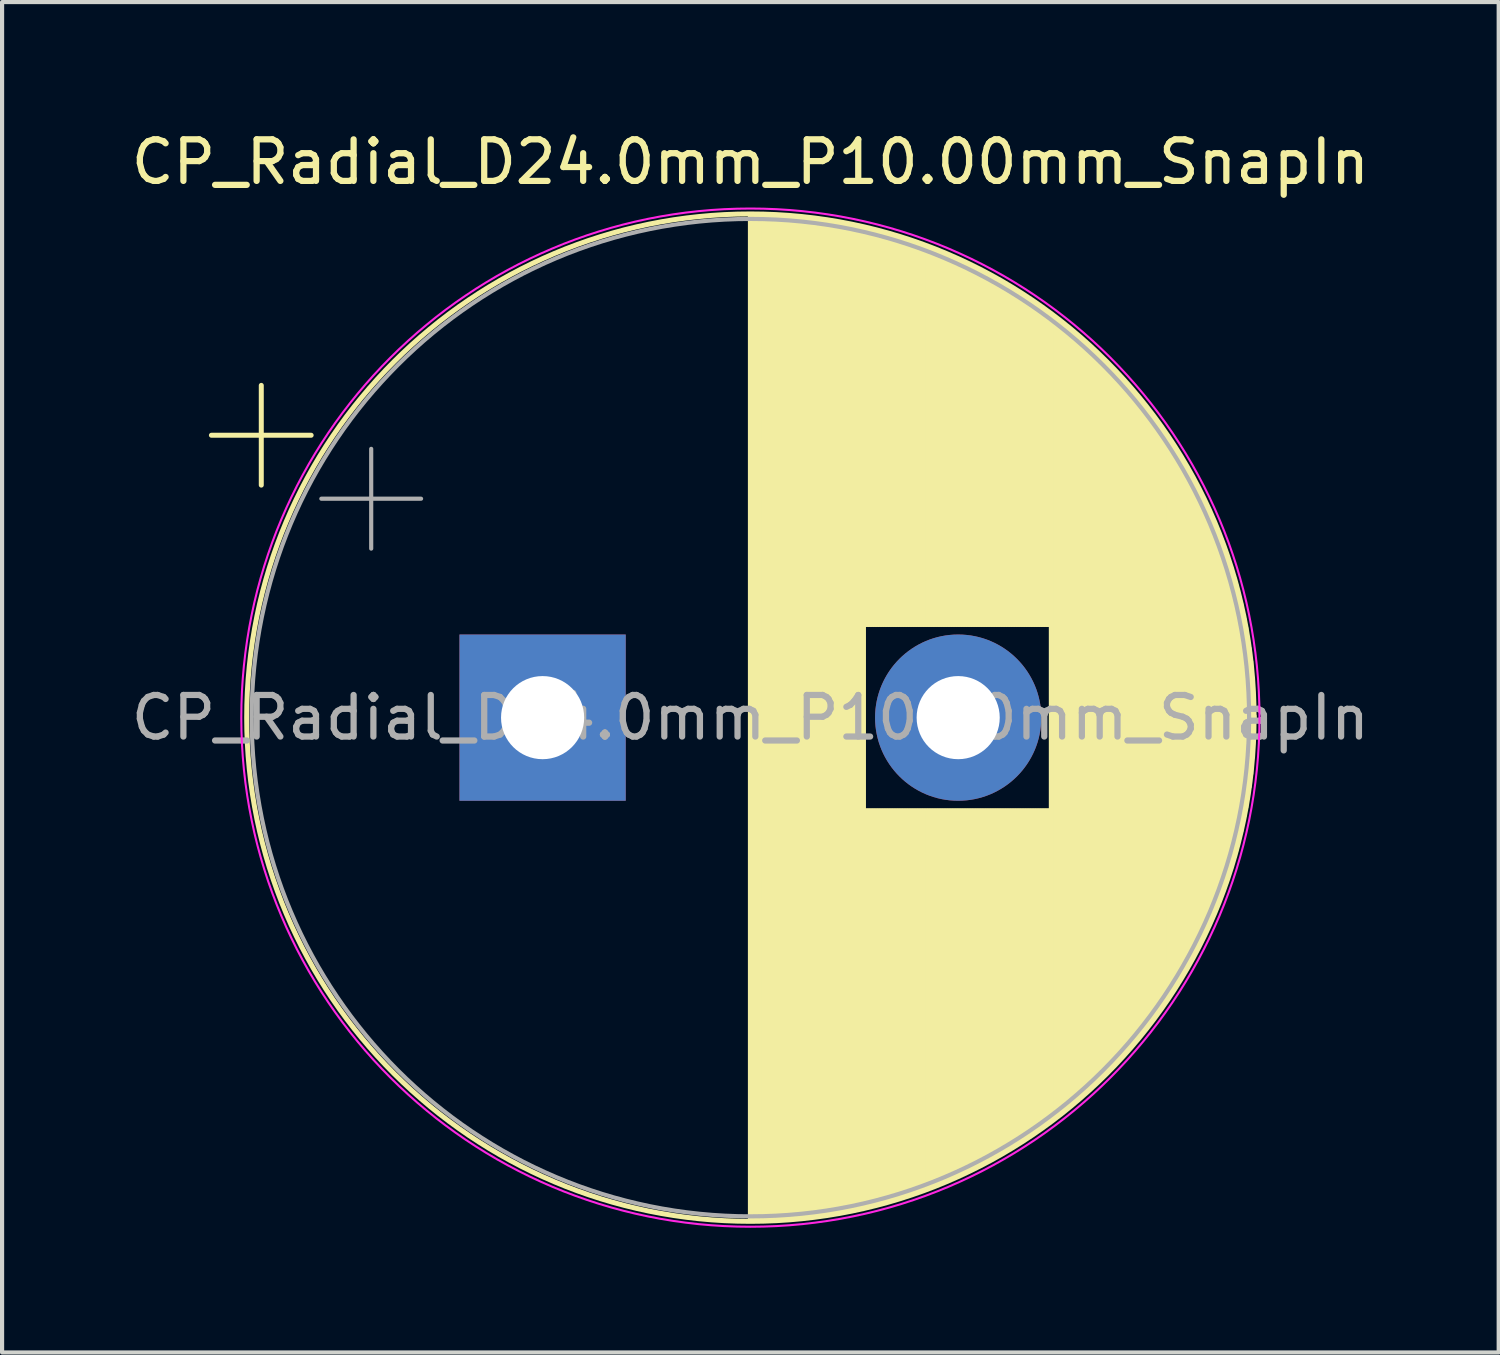
<source format=kicad_pcb>
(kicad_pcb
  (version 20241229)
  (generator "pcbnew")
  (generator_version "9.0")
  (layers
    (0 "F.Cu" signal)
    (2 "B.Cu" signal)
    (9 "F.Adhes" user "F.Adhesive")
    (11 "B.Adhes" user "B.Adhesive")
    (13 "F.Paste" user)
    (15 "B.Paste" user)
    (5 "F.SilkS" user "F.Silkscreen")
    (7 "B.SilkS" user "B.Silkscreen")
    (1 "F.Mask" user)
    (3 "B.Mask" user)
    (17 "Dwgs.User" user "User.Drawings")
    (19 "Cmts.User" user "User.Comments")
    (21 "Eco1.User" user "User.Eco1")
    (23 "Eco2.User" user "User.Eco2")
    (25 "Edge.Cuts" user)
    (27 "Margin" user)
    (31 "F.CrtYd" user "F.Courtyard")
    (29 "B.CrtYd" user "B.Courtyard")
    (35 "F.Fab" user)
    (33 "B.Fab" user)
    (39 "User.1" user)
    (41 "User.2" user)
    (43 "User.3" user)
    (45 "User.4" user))
  (footprint "CP_Radial_D24.0mm_P10.00mm_SnapIn"
    (layer "F.Cu")
    (at 10.006 14.218)
    (property "Reference" "CP_Radial_D24.0mm_P10.00mm_SnapIn" (at 5 -13.37 0) (layer "F.SilkS") (effects (font (size 1 1) (thickness 0.15))))
    (attr through_hole)
    (fp_line (start -7.969 -6.795) (end -5.569 -6.795) (stroke (width 0.12) (type solid)) (layer "F.SilkS"))
    (fp_line (start -6.769 -7.995) (end -6.769 -5.595) (stroke (width 0.12) (type solid)) (layer "F.SilkS"))
    (fp_line (start 5 -12.081) (end 5 12.081) (stroke (width 0.12) (type solid)) (layer "F.SilkS"))
    (fp_line (start 5.04 -12.08) (end 5.04 12.08) (stroke (width 0.12) (type solid)) (layer "F.SilkS"))
    (fp_line (start 5.08 -12.08) (end 5.08 12.08) (stroke (width 0.12) (type solid)) (layer "F.SilkS"))
    (fp_line (start 5.12 -12.08) (end 5.12 12.08) (stroke (width 0.12) (type solid)) (layer "F.SilkS"))
    (fp_line (start 5.16 -12.079) (end 5.16 12.079) (stroke (width 0.12) (type solid)) (layer "F.SilkS"))
    (fp_line (start 5.2 -12.079) (end 5.2 12.079) (stroke (width 0.12) (type solid)) (layer "F.SilkS"))
    (fp_line (start 5.24 -12.078) (end 5.24 12.078) (stroke (width 0.12) (type solid)) (layer "F.SilkS"))
    (fp_line (start 5.28 -12.077) (end 5.28 12.077) (stroke (width 0.12) (type solid)) (layer "F.SilkS"))
    (fp_line (start 5.32 -12.076) (end 5.32 12.076) (stroke (width 0.12) (type solid)) (layer "F.SilkS"))
    (fp_line (start 5.36 -12.075) (end 5.36 12.075) (stroke (width 0.12) (type solid)) (layer "F.SilkS"))
    (fp_line (start 5.4 -12.074) (end 5.4 12.074) (stroke (width 0.12) (type solid)) (layer "F.SilkS"))
    (fp_line (start 5.44 -12.073) (end 5.44 12.073) (stroke (width 0.12) (type solid)) (layer "F.SilkS"))
    (fp_line (start 5.48 -12.071) (end 5.48 12.071) (stroke (width 0.12) (type solid)) (layer "F.SilkS"))
    (fp_line (start 5.52 -12.069) (end 5.52 12.069) (stroke (width 0.12) (type solid)) (layer "F.SilkS"))
    (fp_line (start 5.56 -12.068) (end 5.56 12.068) (stroke (width 0.12) (type solid)) (layer "F.SilkS"))
    (fp_line (start 5.6 -12.066) (end 5.6 12.066) (stroke (width 0.12) (type solid)) (layer "F.SilkS"))
    (fp_line (start 5.64 -12.064) (end 5.64 12.064) (stroke (width 0.12) (type solid)) (layer "F.SilkS"))
    (fp_line (start 5.68 -12.061) (end 5.68 12.061) (stroke (width 0.12) (type solid)) (layer "F.SilkS"))
    (fp_line (start 5.721 -12.059) (end 5.721 12.059) (stroke (width 0.12) (type solid)) (layer "F.SilkS"))
    (fp_line (start 5.761 -12.057) (end 5.761 12.057) (stroke (width 0.12) (type solid)) (layer "F.SilkS"))
    (fp_line (start 5.801 -12.054) (end 5.801 12.054) (stroke (width 0.12) (type solid)) (layer "F.SilkS"))
    (fp_line (start 5.841 -12.051) (end 5.841 12.051) (stroke (width 0.12) (type solid)) (layer "F.SilkS"))
    (fp_line (start 5.881 -12.049) (end 5.881 12.049) (stroke (width 0.12) (type solid)) (layer "F.SilkS"))
    (fp_line (start 5.921 -12.046) (end 5.921 12.046) (stroke (width 0.12) (type solid)) (layer "F.SilkS"))
    (fp_line (start 5.961 -12.042) (end 5.961 12.042) (stroke (width 0.12) (type solid)) (layer "F.SilkS"))
    (fp_line (start 6.001 -12.039) (end 6.001 12.039) (stroke (width 0.12) (type solid)) (layer "F.SilkS"))
    (fp_line (start 6.041 -12.036) (end 6.041 12.036) (stroke (width 0.12) (type solid)) (layer "F.SilkS"))
    (fp_line (start 6.081 -12.032) (end 6.081 12.032) (stroke (width 0.12) (type solid)) (layer "F.SilkS"))
    (fp_line (start 6.121 -12.029) (end 6.121 12.029) (stroke (width 0.12) (type solid)) (layer "F.SilkS"))
    (fp_line (start 6.161 -12.025) (end 6.161 12.025) (stroke (width 0.12) (type solid)) (layer "F.SilkS"))
    (fp_line (start 6.201 -12.021) (end 6.201 12.021) (stroke (width 0.12) (type solid)) (layer "F.SilkS"))
    (fp_line (start 6.241 -12.017) (end 6.241 12.017) (stroke (width 0.12) (type solid)) (layer "F.SilkS"))
    (fp_line (start 6.281 -12.013) (end 6.281 12.013) (stroke (width 0.12) (type solid)) (layer "F.SilkS"))
    (fp_line (start 6.321 -12.008) (end 6.321 12.008) (stroke (width 0.12) (type solid)) (layer "F.SilkS"))
    (fp_line (start 6.361 -12.004) (end 6.361 12.004) (stroke (width 0.12) (type solid)) (layer "F.SilkS"))
    (fp_line (start 6.401 -11.999) (end 6.401 11.999) (stroke (width 0.12) (type solid)) (layer "F.SilkS"))
    (fp_line (start 6.441 -11.995) (end 6.441 11.995) (stroke (width 0.12) (type solid)) (layer "F.SilkS"))
    (fp_line (start 6.481 -11.99) (end 6.481 11.99) (stroke (width 0.12) (type solid)) (layer "F.SilkS"))
    (fp_line (start 6.521 -11.985) (end 6.521 11.985) (stroke (width 0.12) (type solid)) (layer "F.SilkS"))
    (fp_line (start 6.561 -11.98) (end 6.561 11.98) (stroke (width 0.12) (type solid)) (layer "F.SilkS"))
    (fp_line (start 6.601 -11.974) (end 6.601 11.974) (stroke (width 0.12) (type solid)) (layer "F.SilkS"))
    (fp_line (start 6.641 -11.969) (end 6.641 11.969) (stroke (width 0.12) (type solid)) (layer "F.SilkS"))
    (fp_line (start 6.681 -11.963) (end 6.681 11.963) (stroke (width 0.12) (type solid)) (layer "F.SilkS"))
    (fp_line (start 6.721 -11.958) (end 6.721 11.958) (stroke (width 0.12) (type solid)) (layer "F.SilkS"))
    (fp_line (start 6.761 -11.952) (end 6.761 11.952) (stroke (width 0.12) (type solid)) (layer "F.SilkS"))
    (fp_line (start 6.801 -11.946) (end 6.801 11.946) (stroke (width 0.12) (type solid)) (layer "F.SilkS"))
    (fp_line (start 6.841 -11.94) (end 6.841 11.94) (stroke (width 0.12) (type solid)) (layer "F.SilkS"))
    (fp_line (start 6.881 -11.934) (end 6.881 11.934) (stroke (width 0.12) (type solid)) (layer "F.SilkS"))
    (fp_line (start 6.921 -11.927) (end 6.921 11.927) (stroke (width 0.12) (type solid)) (layer "F.SilkS"))
    (fp_line (start 6.961 -11.921) (end 6.961 11.921) (stroke (width 0.12) (type solid)) (layer "F.SilkS"))
    (fp_line (start 7.001 -11.914) (end 7.001 11.914) (stroke (width 0.12) (type solid)) (layer "F.SilkS"))
    (fp_line (start 7.041 -11.908) (end 7.041 11.908) (stroke (width 0.12) (type solid)) (layer "F.SilkS"))
    (fp_line (start 7.081 -11.901) (end 7.081 11.901) (stroke (width 0.12) (type solid)) (layer "F.SilkS"))
    (fp_line (start 7.121 -11.894) (end 7.121 11.894) (stroke (width 0.12) (type solid)) (layer "F.SilkS"))
    (fp_line (start 7.161 -11.886) (end 7.161 11.886) (stroke (width 0.12) (type solid)) (layer "F.SilkS"))
    (fp_line (start 7.201 -11.879) (end 7.201 11.879) (stroke (width 0.12) (type solid)) (layer "F.SilkS"))
    (fp_line (start 7.241 -11.872) (end 7.241 11.872) (stroke (width 0.12) (type solid)) (layer "F.SilkS"))
    (fp_line (start 7.281 -11.864) (end 7.281 11.864) (stroke (width 0.12) (type solid)) (layer "F.SilkS"))
    (fp_line (start 7.321 -11.856) (end 7.321 11.856) (stroke (width 0.12) (type solid)) (layer "F.SilkS"))
    (fp_line (start 7.361 -11.849) (end 7.361 11.849) (stroke (width 0.12) (type solid)) (layer "F.SilkS"))
    (fp_line (start 7.401 -11.841) (end 7.401 11.841) (stroke (width 0.12) (type solid)) (layer "F.SilkS"))
    (fp_line (start 7.441 -11.832) (end 7.441 11.832) (stroke (width 0.12) (type solid)) (layer "F.SilkS"))
    (fp_line (start 7.481 -11.824) (end 7.481 11.824) (stroke (width 0.12) (type solid)) (layer "F.SilkS"))
    (fp_line (start 7.521 -11.816) (end 7.521 11.816) (stroke (width 0.12) (type solid)) (layer "F.SilkS"))
    (fp_line (start 7.561 -11.807) (end 7.561 11.807) (stroke (width 0.12) (type solid)) (layer "F.SilkS"))
    (fp_line (start 7.601 -11.798) (end 7.601 11.798) (stroke (width 0.12) (type solid)) (layer "F.SilkS"))
    (fp_line (start 7.641 -11.789) (end 7.641 11.789) (stroke (width 0.12) (type solid)) (layer "F.SilkS"))
    (fp_line (start 7.681 -11.78) (end 7.681 11.78) (stroke (width 0.12) (type solid)) (layer "F.SilkS"))
    (fp_line (start 7.721 -11.771) (end 7.721 11.771) (stroke (width 0.12) (type solid)) (layer "F.SilkS"))
    (fp_line (start 7.761 -11.762) (end 7.761 -2.24) (stroke (width 0.12) (type solid)) (layer "F.SilkS"))
    (fp_line (start 7.761 2.24) (end 7.761 11.762) (stroke (width 0.12) (type solid)) (layer "F.SilkS"))
    (fp_line (start 7.801 -11.753) (end 7.801 -2.24) (stroke (width 0.12) (type solid)) (layer "F.SilkS"))
    (fp_line (start 7.801 2.24) (end 7.801 11.753) (stroke (width 0.12) (type solid)) (layer "F.SilkS"))
    (fp_line (start 7.841 -11.743) (end 7.841 -2.24) (stroke (width 0.12) (type solid)) (layer "F.SilkS"))
    (fp_line (start 7.841 2.24) (end 7.841 11.743) (stroke (width 0.12) (type solid)) (layer "F.SilkS"))
    (fp_line (start 7.881 -11.733) (end 7.881 -2.24) (stroke (width 0.12) (type solid)) (layer "F.SilkS"))
    (fp_line (start 7.881 2.24) (end 7.881 11.733) (stroke (width 0.12) (type solid)) (layer "F.SilkS"))
    (fp_line (start 7.921 -11.723) (end 7.921 -2.24) (stroke (width 0.12) (type solid)) (layer "F.SilkS"))
    (fp_line (start 7.921 2.24) (end 7.921 11.723) (stroke (width 0.12) (type solid)) (layer "F.SilkS"))
    (fp_line (start 7.961 -11.713) (end 7.961 -2.24) (stroke (width 0.12) (type solid)) (layer "F.SilkS"))
    (fp_line (start 7.961 2.24) (end 7.961 11.713) (stroke (width 0.12) (type solid)) (layer "F.SilkS"))
    (fp_line (start 8.001 -11.703) (end 8.001 -2.24) (stroke (width 0.12) (type solid)) (layer "F.SilkS"))
    (fp_line (start 8.001 2.24) (end 8.001 11.703) (stroke (width 0.12) (type solid)) (layer "F.SilkS"))
    (fp_line (start 8.041 -11.693) (end 8.041 -2.24) (stroke (width 0.12) (type solid)) (layer "F.SilkS"))
    (fp_line (start 8.041 2.24) (end 8.041 11.693) (stroke (width 0.12) (type solid)) (layer "F.SilkS"))
    (fp_line (start 8.081 -11.683) (end 8.081 -2.24) (stroke (width 0.12) (type solid)) (layer "F.SilkS"))
    (fp_line (start 8.081 2.24) (end 8.081 11.683) (stroke (width 0.12) (type solid)) (layer "F.SilkS"))
    (fp_line (start 8.121 -11.672) (end 8.121 -2.24) (stroke (width 0.12) (type solid)) (layer "F.SilkS"))
    (fp_line (start 8.121 2.24) (end 8.121 11.672) (stroke (width 0.12) (type solid)) (layer "F.SilkS"))
    (fp_line (start 8.161 -11.661) (end 8.161 -2.24) (stroke (width 0.12) (type solid)) (layer "F.SilkS"))
    (fp_line (start 8.161 2.24) (end 8.161 11.661) (stroke (width 0.12) (type solid)) (layer "F.SilkS"))
    (fp_line (start 8.201 -11.65) (end 8.201 -2.24) (stroke (width 0.12) (type solid)) (layer "F.SilkS"))
    (fp_line (start 8.201 2.24) (end 8.201 11.65) (stroke (width 0.12) (type solid)) (layer "F.SilkS"))
    (fp_line (start 8.241 -11.639) (end 8.241 -2.24) (stroke (width 0.12) (type solid)) (layer "F.SilkS"))
    (fp_line (start 8.241 2.24) (end 8.241 11.639) (stroke (width 0.12) (type solid)) (layer "F.SilkS"))
    (fp_line (start 8.281 -11.628) (end 8.281 -2.24) (stroke (width 0.12) (type solid)) (layer "F.SilkS"))
    (fp_line (start 8.281 2.24) (end 8.281 11.628) (stroke (width 0.12) (type solid)) (layer "F.SilkS"))
    (fp_line (start 8.321 -11.617) (end 8.321 -2.24) (stroke (width 0.12) (type solid)) (layer "F.SilkS"))
    (fp_line (start 8.321 2.24) (end 8.321 11.617) (stroke (width 0.12) (type solid)) (layer "F.SilkS"))
    (fp_line (start 8.361 -11.605) (end 8.361 -2.24) (stroke (width 0.12) (type solid)) (layer "F.SilkS"))
    (fp_line (start 8.361 2.24) (end 8.361 11.605) (stroke (width 0.12) (type solid)) (layer "F.SilkS"))
    (fp_line (start 8.401 -11.594) (end 8.401 -2.24) (stroke (width 0.12) (type solid)) (layer "F.SilkS"))
    (fp_line (start 8.401 2.24) (end 8.401 11.594) (stroke (width 0.12) (type solid)) (layer "F.SilkS"))
    (fp_line (start 8.441 -11.582) (end 8.441 -2.24) (stroke (width 0.12) (type solid)) (layer "F.SilkS"))
    (fp_line (start 8.441 2.24) (end 8.441 11.582) (stroke (width 0.12) (type solid)) (layer "F.SilkS"))
    (fp_line (start 8.481 -11.57) (end 8.481 -2.24) (stroke (width 0.12) (type solid)) (layer "F.SilkS"))
    (fp_line (start 8.481 2.24) (end 8.481 11.57) (stroke (width 0.12) (type solid)) (layer "F.SilkS"))
    (fp_line (start 8.521 -11.558) (end 8.521 -2.24) (stroke (width 0.12) (type solid)) (layer "F.SilkS"))
    (fp_line (start 8.521 2.24) (end 8.521 11.558) (stroke (width 0.12) (type solid)) (layer "F.SilkS"))
    (fp_line (start 8.561 -11.546) (end 8.561 -2.24) (stroke (width 0.12) (type solid)) (layer "F.SilkS"))
    (fp_line (start 8.561 2.24) (end 8.561 11.546) (stroke (width 0.12) (type solid)) (layer "F.SilkS"))
    (fp_line (start 8.601 -11.534) (end 8.601 -2.24) (stroke (width 0.12) (type solid)) (layer "F.SilkS"))
    (fp_line (start 8.601 2.24) (end 8.601 11.534) (stroke (width 0.12) (type solid)) (layer "F.SilkS"))
    (fp_line (start 8.641 -11.521) (end 8.641 -2.24) (stroke (width 0.12) (type solid)) (layer "F.SilkS"))
    (fp_line (start 8.641 2.24) (end 8.641 11.521) (stroke (width 0.12) (type solid)) (layer "F.SilkS"))
    (fp_line (start 8.681 -11.508) (end 8.681 -2.24) (stroke (width 0.12) (type solid)) (layer "F.SilkS"))
    (fp_line (start 8.681 2.24) (end 8.681 11.508) (stroke (width 0.12) (type solid)) (layer "F.SilkS"))
    (fp_line (start 8.721 -11.495) (end 8.721 -2.24) (stroke (width 0.12) (type solid)) (layer "F.SilkS"))
    (fp_line (start 8.721 2.24) (end 8.721 11.495) (stroke (width 0.12) (type solid)) (layer "F.SilkS"))
    (fp_line (start 8.761 -11.483) (end 8.761 -2.24) (stroke (width 0.12) (type solid)) (layer "F.SilkS"))
    (fp_line (start 8.761 2.24) (end 8.761 11.483) (stroke (width 0.12) (type solid)) (layer "F.SilkS"))
    (fp_line (start 8.801 -11.469) (end 8.801 -2.24) (stroke (width 0.12) (type solid)) (layer "F.SilkS"))
    (fp_line (start 8.801 2.24) (end 8.801 11.469) (stroke (width 0.12) (type solid)) (layer "F.SilkS"))
    (fp_line (start 8.841 -11.456) (end 8.841 -2.24) (stroke (width 0.12) (type solid)) (layer "F.SilkS"))
    (fp_line (start 8.841 2.24) (end 8.841 11.456) (stroke (width 0.12) (type solid)) (layer "F.SilkS"))
    (fp_line (start 8.881 -11.443) (end 8.881 -2.24) (stroke (width 0.12) (type solid)) (layer "F.SilkS"))
    (fp_line (start 8.881 2.24) (end 8.881 11.443) (stroke (width 0.12) (type solid)) (layer "F.SilkS"))
    (fp_line (start 8.921 -11.429) (end 8.921 -2.24) (stroke (width 0.12) (type solid)) (layer "F.SilkS"))
    (fp_line (start 8.921 2.24) (end 8.921 11.429) (stroke (width 0.12) (type solid)) (layer "F.SilkS"))
    (fp_line (start 8.961 -11.415) (end 8.961 -2.24) (stroke (width 0.12) (type solid)) (layer "F.SilkS"))
    (fp_line (start 8.961 2.24) (end 8.961 11.415) (stroke (width 0.12) (type solid)) (layer "F.SilkS"))
    (fp_line (start 9.001 -11.401) (end 9.001 -2.24) (stroke (width 0.12) (type solid)) (layer "F.SilkS"))
    (fp_line (start 9.001 2.24) (end 9.001 11.401) (stroke (width 0.12) (type solid)) (layer "F.SilkS"))
    (fp_line (start 9.041 -11.387) (end 9.041 -2.24) (stroke (width 0.12) (type solid)) (layer "F.SilkS"))
    (fp_line (start 9.041 2.24) (end 9.041 11.387) (stroke (width 0.12) (type solid)) (layer "F.SilkS"))
    (fp_line (start 9.081 -11.373) (end 9.081 -2.24) (stroke (width 0.12) (type solid)) (layer "F.SilkS"))
    (fp_line (start 9.081 2.24) (end 9.081 11.373) (stroke (width 0.12) (type solid)) (layer "F.SilkS"))
    (fp_line (start 9.121 -11.359) (end 9.121 -2.24) (stroke (width 0.12) (type solid)) (layer "F.SilkS"))
    (fp_line (start 9.121 2.24) (end 9.121 11.359) (stroke (width 0.12) (type solid)) (layer "F.SilkS"))
    (fp_line (start 9.161 -11.344) (end 9.161 -2.24) (stroke (width 0.12) (type solid)) (layer "F.SilkS"))
    (fp_line (start 9.161 2.24) (end 9.161 11.344) (stroke (width 0.12) (type solid)) (layer "F.SilkS"))
    (fp_line (start 9.201 -11.33) (end 9.201 -2.24) (stroke (width 0.12) (type solid)) (layer "F.SilkS"))
    (fp_line (start 9.201 2.24) (end 9.201 11.33) (stroke (width 0.12) (type solid)) (layer "F.SilkS"))
    (fp_line (start 9.241 -11.315) (end 9.241 -2.24) (stroke (width 0.12) (type solid)) (layer "F.SilkS"))
    (fp_line (start 9.241 2.24) (end 9.241 11.315) (stroke (width 0.12) (type solid)) (layer "F.SilkS"))
    (fp_line (start 9.281 -11.3) (end 9.281 -2.24) (stroke (width 0.12) (type solid)) (layer "F.SilkS"))
    (fp_line (start 9.281 2.24) (end 9.281 11.3) (stroke (width 0.12) (type solid)) (layer "F.SilkS"))
    (fp_line (start 9.321 -11.284) (end 9.321 -2.24) (stroke (width 0.12) (type solid)) (layer "F.SilkS"))
    (fp_line (start 9.321 2.24) (end 9.321 11.284) (stroke (width 0.12) (type solid)) (layer "F.SilkS"))
    (fp_line (start 9.361 -11.269) (end 9.361 -2.24) (stroke (width 0.12) (type solid)) (layer "F.SilkS"))
    (fp_line (start 9.361 2.24) (end 9.361 11.269) (stroke (width 0.12) (type solid)) (layer "F.SilkS"))
    (fp_line (start 9.401 -11.254) (end 9.401 -2.24) (stroke (width 0.12) (type solid)) (layer "F.SilkS"))
    (fp_line (start 9.401 2.24) (end 9.401 11.254) (stroke (width 0.12) (type solid)) (layer "F.SilkS"))
    (fp_line (start 9.441 -11.238) (end 9.441 -2.24) (stroke (width 0.12) (type solid)) (layer "F.SilkS"))
    (fp_line (start 9.441 2.24) (end 9.441 11.238) (stroke (width 0.12) (type solid)) (layer "F.SilkS"))
    (fp_line (start 9.481 -11.222) (end 9.481 -2.24) (stroke (width 0.12) (type solid)) (layer "F.SilkS"))
    (fp_line (start 9.481 2.24) (end 9.481 11.222) (stroke (width 0.12) (type solid)) (layer "F.SilkS"))
    (fp_line (start 9.521 -11.206) (end 9.521 -2.24) (stroke (width 0.12) (type solid)) (layer "F.SilkS"))
    (fp_line (start 9.521 2.24) (end 9.521 11.206) (stroke (width 0.12) (type solid)) (layer "F.SilkS"))
    (fp_line (start 9.561 -11.19) (end 9.561 -2.24) (stroke (width 0.12) (type solid)) (layer "F.SilkS"))
    (fp_line (start 9.561 2.24) (end 9.561 11.19) (stroke (width 0.12) (type solid)) (layer "F.SilkS"))
    (fp_line (start 9.601 -11.174) (end 9.601 -2.24) (stroke (width 0.12) (type solid)) (layer "F.SilkS"))
    (fp_line (start 9.601 2.24) (end 9.601 11.174) (stroke (width 0.12) (type solid)) (layer "F.SilkS"))
    (fp_line (start 9.641 -11.157) (end 9.641 -2.24) (stroke (width 0.12) (type solid)) (layer "F.SilkS"))
    (fp_line (start 9.641 2.24) (end 9.641 11.157) (stroke (width 0.12) (type solid)) (layer "F.SilkS"))
    (fp_line (start 9.681 -11.14) (end 9.681 -2.24) (stroke (width 0.12) (type solid)) (layer "F.SilkS"))
    (fp_line (start 9.681 2.24) (end 9.681 11.14) (stroke (width 0.12) (type solid)) (layer "F.SilkS"))
    (fp_line (start 9.721 -11.124) (end 9.721 -2.24) (stroke (width 0.12) (type solid)) (layer "F.SilkS"))
    (fp_line (start 9.721 2.24) (end 9.721 11.124) (stroke (width 0.12) (type solid)) (layer "F.SilkS"))
    (fp_line (start 9.761 -11.107) (end 9.761 -2.24) (stroke (width 0.12) (type solid)) (layer "F.SilkS"))
    (fp_line (start 9.761 2.24) (end 9.761 11.107) (stroke (width 0.12) (type solid)) (layer "F.SilkS"))
    (fp_line (start 9.801 -11.089) (end 9.801 -2.24) (stroke (width 0.12) (type solid)) (layer "F.SilkS"))
    (fp_line (start 9.801 2.24) (end 9.801 11.089) (stroke (width 0.12) (type solid)) (layer "F.SilkS"))
    (fp_line (start 9.841 -11.072) (end 9.841 -2.24) (stroke (width 0.12) (type solid)) (layer "F.SilkS"))
    (fp_line (start 9.841 2.24) (end 9.841 11.072) (stroke (width 0.12) (type solid)) (layer "F.SilkS"))
    (fp_line (start 9.881 -11.055) (end 9.881 -2.24) (stroke (width 0.12) (type solid)) (layer "F.SilkS"))
    (fp_line (start 9.881 2.24) (end 9.881 11.055) (stroke (width 0.12) (type solid)) (layer "F.SilkS"))
    (fp_line (start 9.921 -11.037) (end 9.921 -2.24) (stroke (width 0.12) (type solid)) (layer "F.SilkS"))
    (fp_line (start 9.921 2.24) (end 9.921 11.037) (stroke (width 0.12) (type solid)) (layer "F.SilkS"))
    (fp_line (start 9.961 -11.019) (end 9.961 -2.24) (stroke (width 0.12) (type solid)) (layer "F.SilkS"))
    (fp_line (start 9.961 2.24) (end 9.961 11.019) (stroke (width 0.12) (type solid)) (layer "F.SilkS"))
    (fp_line (start 10.001 -11.001) (end 10.001 -2.24) (stroke (width 0.12) (type solid)) (layer "F.SilkS"))
    (fp_line (start 10.001 2.24) (end 10.001 11.001) (stroke (width 0.12) (type solid)) (layer "F.SilkS"))
    (fp_line (start 10.041 -10.983) (end 10.041 -2.24) (stroke (width 0.12) (type solid)) (layer "F.SilkS"))
    (fp_line (start 10.041 2.24) (end 10.041 10.983) (stroke (width 0.12) (type solid)) (layer "F.SilkS"))
    (fp_line (start 10.081 -10.964) (end 10.081 -2.24) (stroke (width 0.12) (type solid)) (layer "F.SilkS"))
    (fp_line (start 10.081 2.24) (end 10.081 10.964) (stroke (width 0.12) (type solid)) (layer "F.SilkS"))
    (fp_line (start 10.121 -10.946) (end 10.121 -2.24) (stroke (width 0.12) (type solid)) (layer "F.SilkS"))
    (fp_line (start 10.121 2.24) (end 10.121 10.946) (stroke (width 0.12) (type solid)) (layer "F.SilkS"))
    (fp_line (start 10.161 -10.927) (end 10.161 -2.24) (stroke (width 0.12) (type solid)) (layer "F.SilkS"))
    (fp_line (start 10.161 2.24) (end 10.161 10.927) (stroke (width 0.12) (type solid)) (layer "F.SilkS"))
    (fp_line (start 10.201 -10.908) (end 10.201 -2.24) (stroke (width 0.12) (type solid)) (layer "F.SilkS"))
    (fp_line (start 10.201 2.24) (end 10.201 10.908) (stroke (width 0.12) (type solid)) (layer "F.SilkS"))
    (fp_line (start 10.241 -10.889) (end 10.241 -2.24) (stroke (width 0.12) (type solid)) (layer "F.SilkS"))
    (fp_line (start 10.241 2.24) (end 10.241 10.889) (stroke (width 0.12) (type solid)) (layer "F.SilkS"))
    (fp_line (start 10.281 -10.87) (end 10.281 -2.24) (stroke (width 0.12) (type solid)) (layer "F.SilkS"))
    (fp_line (start 10.281 2.24) (end 10.281 10.87) (stroke (width 0.12) (type solid)) (layer "F.SilkS"))
    (fp_line (start 10.321 -10.85) (end 10.321 -2.24) (stroke (width 0.12) (type solid)) (layer "F.SilkS"))
    (fp_line (start 10.321 2.24) (end 10.321 10.85) (stroke (width 0.12) (type solid)) (layer "F.SilkS"))
    (fp_line (start 10.361 -10.831) (end 10.361 -2.24) (stroke (width 0.12) (type solid)) (layer "F.SilkS"))
    (fp_line (start 10.361 2.24) (end 10.361 10.831) (stroke (width 0.12) (type solid)) (layer "F.SilkS"))
    (fp_line (start 10.401 -10.811) (end 10.401 -2.24) (stroke (width 0.12) (type solid)) (layer "F.SilkS"))
    (fp_line (start 10.401 2.24) (end 10.401 10.811) (stroke (width 0.12) (type solid)) (layer "F.SilkS"))
    (fp_line (start 10.441 -10.791) (end 10.441 -2.24) (stroke (width 0.12) (type solid)) (layer "F.SilkS"))
    (fp_line (start 10.441 2.24) (end 10.441 10.791) (stroke (width 0.12) (type solid)) (layer "F.SilkS"))
    (fp_line (start 10.481 -10.771) (end 10.481 -2.24) (stroke (width 0.12) (type solid)) (layer "F.SilkS"))
    (fp_line (start 10.481 2.24) (end 10.481 10.771) (stroke (width 0.12) (type solid)) (layer "F.SilkS"))
    (fp_line (start 10.521 -10.75) (end 10.521 -2.24) (stroke (width 0.12) (type solid)) (layer "F.SilkS"))
    (fp_line (start 10.521 2.24) (end 10.521 10.75) (stroke (width 0.12) (type solid)) (layer "F.SilkS"))
    (fp_line (start 10.561 -10.73) (end 10.561 -2.24) (stroke (width 0.12) (type solid)) (layer "F.SilkS"))
    (fp_line (start 10.561 2.24) (end 10.561 10.73) (stroke (width 0.12) (type solid)) (layer "F.SilkS"))
    (fp_line (start 10.601 -10.709) (end 10.601 -2.24) (stroke (width 0.12) (type solid)) (layer "F.SilkS"))
    (fp_line (start 10.601 2.24) (end 10.601 10.709) (stroke (width 0.12) (type solid)) (layer "F.SilkS"))
    (fp_line (start 10.641 -10.688) (end 10.641 -2.24) (stroke (width 0.12) (type solid)) (layer "F.SilkS"))
    (fp_line (start 10.641 2.24) (end 10.641 10.688) (stroke (width 0.12) (type solid)) (layer "F.SilkS"))
    (fp_line (start 10.681 -10.667) (end 10.681 -2.24) (stroke (width 0.12) (type solid)) (layer "F.SilkS"))
    (fp_line (start 10.681 2.24) (end 10.681 10.667) (stroke (width 0.12) (type solid)) (layer "F.SilkS"))
    (fp_line (start 10.721 -10.646) (end 10.721 -2.24) (stroke (width 0.12) (type solid)) (layer "F.SilkS"))
    (fp_line (start 10.721 2.24) (end 10.721 10.646) (stroke (width 0.12) (type solid)) (layer "F.SilkS"))
    (fp_line (start 10.761 -10.624) (end 10.761 -2.24) (stroke (width 0.12) (type solid)) (layer "F.SilkS"))
    (fp_line (start 10.761 2.24) (end 10.761 10.624) (stroke (width 0.12) (type solid)) (layer "F.SilkS"))
    (fp_line (start 10.801 -10.603) (end 10.801 -2.24) (stroke (width 0.12) (type solid)) (layer "F.SilkS"))
    (fp_line (start 10.801 2.24) (end 10.801 10.603) (stroke (width 0.12) (type solid)) (layer "F.SilkS"))
    (fp_line (start 10.841 -10.581) (end 10.841 -2.24) (stroke (width 0.12) (type solid)) (layer "F.SilkS"))
    (fp_line (start 10.841 2.24) (end 10.841 10.581) (stroke (width 0.12) (type solid)) (layer "F.SilkS"))
    (fp_line (start 10.881 -10.559) (end 10.881 -2.24) (stroke (width 0.12) (type solid)) (layer "F.SilkS"))
    (fp_line (start 10.881 2.24) (end 10.881 10.559) (stroke (width 0.12) (type solid)) (layer "F.SilkS"))
    (fp_line (start 10.921 -10.536) (end 10.921 -2.24) (stroke (width 0.12) (type solid)) (layer "F.SilkS"))
    (fp_line (start 10.921 2.24) (end 10.921 10.536) (stroke (width 0.12) (type solid)) (layer "F.SilkS"))
    (fp_line (start 10.961 -10.514) (end 10.961 -2.24) (stroke (width 0.12) (type solid)) (layer "F.SilkS"))
    (fp_line (start 10.961 2.24) (end 10.961 10.514) (stroke (width 0.12) (type solid)) (layer "F.SilkS"))
    (fp_line (start 11.001 -10.491) (end 11.001 -2.24) (stroke (width 0.12) (type solid)) (layer "F.SilkS"))
    (fp_line (start 11.001 2.24) (end 11.001 10.491) (stroke (width 0.12) (type solid)) (layer "F.SilkS"))
    (fp_line (start 11.041 -10.468) (end 11.041 -2.24) (stroke (width 0.12) (type solid)) (layer "F.SilkS"))
    (fp_line (start 11.041 2.24) (end 11.041 10.468) (stroke (width 0.12) (type solid)) (layer "F.SilkS"))
    (fp_line (start 11.081 -10.445) (end 11.081 -2.24) (stroke (width 0.12) (type solid)) (layer "F.SilkS"))
    (fp_line (start 11.081 2.24) (end 11.081 10.445) (stroke (width 0.12) (type solid)) (layer "F.SilkS"))
    (fp_line (start 11.121 -10.422) (end 11.121 -2.24) (stroke (width 0.12) (type solid)) (layer "F.SilkS"))
    (fp_line (start 11.121 2.24) (end 11.121 10.422) (stroke (width 0.12) (type solid)) (layer "F.SilkS"))
    (fp_line (start 11.161 -10.398) (end 11.161 -2.24) (stroke (width 0.12) (type solid)) (layer "F.SilkS"))
    (fp_line (start 11.161 2.24) (end 11.161 10.398) (stroke (width 0.12) (type solid)) (layer "F.SilkS"))
    (fp_line (start 11.201 -10.375) (end 11.201 -2.24) (stroke (width 0.12) (type solid)) (layer "F.SilkS"))
    (fp_line (start 11.201 2.24) (end 11.201 10.375) (stroke (width 0.12) (type solid)) (layer "F.SilkS"))
    (fp_line (start 11.241 -10.351) (end 11.241 -2.24) (stroke (width 0.12) (type solid)) (layer "F.SilkS"))
    (fp_line (start 11.241 2.24) (end 11.241 10.351) (stroke (width 0.12) (type solid)) (layer "F.SilkS"))
    (fp_line (start 11.281 -10.327) (end 11.281 -2.24) (stroke (width 0.12) (type solid)) (layer "F.SilkS"))
    (fp_line (start 11.281 2.24) (end 11.281 10.327) (stroke (width 0.12) (type solid)) (layer "F.SilkS"))
    (fp_line (start 11.321 -10.302) (end 11.321 -2.24) (stroke (width 0.12) (type solid)) (layer "F.SilkS"))
    (fp_line (start 11.321 2.24) (end 11.321 10.302) (stroke (width 0.12) (type solid)) (layer "F.SilkS"))
    (fp_line (start 11.361 -10.278) (end 11.361 -2.24) (stroke (width 0.12) (type solid)) (layer "F.SilkS"))
    (fp_line (start 11.361 2.24) (end 11.361 10.278) (stroke (width 0.12) (type solid)) (layer "F.SilkS"))
    (fp_line (start 11.401 -10.253) (end 11.401 -2.24) (stroke (width 0.12) (type solid)) (layer "F.SilkS"))
    (fp_line (start 11.401 2.24) (end 11.401 10.253) (stroke (width 0.12) (type solid)) (layer "F.SilkS"))
    (fp_line (start 11.441 -10.228) (end 11.441 -2.24) (stroke (width 0.12) (type solid)) (layer "F.SilkS"))
    (fp_line (start 11.441 2.24) (end 11.441 10.228) (stroke (width 0.12) (type solid)) (layer "F.SilkS"))
    (fp_line (start 11.481 -10.203) (end 11.481 -2.24) (stroke (width 0.12) (type solid)) (layer "F.SilkS"))
    (fp_line (start 11.481 2.24) (end 11.481 10.203) (stroke (width 0.12) (type solid)) (layer "F.SilkS"))
    (fp_line (start 11.521 -10.177) (end 11.521 -2.24) (stroke (width 0.12) (type solid)) (layer "F.SilkS"))
    (fp_line (start 11.521 2.24) (end 11.521 10.177) (stroke (width 0.12) (type solid)) (layer "F.SilkS"))
    (fp_line (start 11.561 -10.152) (end 11.561 -2.24) (stroke (width 0.12) (type solid)) (layer "F.SilkS"))
    (fp_line (start 11.561 2.24) (end 11.561 10.152) (stroke (width 0.12) (type solid)) (layer "F.SilkS"))
    (fp_line (start 11.601 -10.126) (end 11.601 -2.24) (stroke (width 0.12) (type solid)) (layer "F.SilkS"))
    (fp_line (start 11.601 2.24) (end 11.601 10.126) (stroke (width 0.12) (type solid)) (layer "F.SilkS"))
    (fp_line (start 11.641 -10.1) (end 11.641 -2.24) (stroke (width 0.12) (type solid)) (layer "F.SilkS"))
    (fp_line (start 11.641 2.24) (end 11.641 10.1) (stroke (width 0.12) (type solid)) (layer "F.SilkS"))
    (fp_line (start 11.681 -10.073) (end 11.681 -2.24) (stroke (width 0.12) (type solid)) (layer "F.SilkS"))
    (fp_line (start 11.681 2.24) (end 11.681 10.073) (stroke (width 0.12) (type solid)) (layer "F.SilkS"))
    (fp_line (start 11.721 -10.047) (end 11.721 -2.24) (stroke (width 0.12) (type solid)) (layer "F.SilkS"))
    (fp_line (start 11.721 2.24) (end 11.721 10.047) (stroke (width 0.12) (type solid)) (layer "F.SilkS"))
    (fp_line (start 11.761 -10.02) (end 11.761 -2.24) (stroke (width 0.12) (type solid)) (layer "F.SilkS"))
    (fp_line (start 11.761 2.24) (end 11.761 10.02) (stroke (width 0.12) (type solid)) (layer "F.SilkS"))
    (fp_line (start 11.801 -9.993) (end 11.801 -2.24) (stroke (width 0.12) (type solid)) (layer "F.SilkS"))
    (fp_line (start 11.801 2.24) (end 11.801 9.993) (stroke (width 0.12) (type solid)) (layer "F.SilkS"))
    (fp_line (start 11.841 -9.966) (end 11.841 -2.24) (stroke (width 0.12) (type solid)) (layer "F.SilkS"))
    (fp_line (start 11.841 2.24) (end 11.841 9.966) (stroke (width 0.12) (type solid)) (layer "F.SilkS"))
    (fp_line (start 11.881 -9.938) (end 11.881 -2.24) (stroke (width 0.12) (type solid)) (layer "F.SilkS"))
    (fp_line (start 11.881 2.24) (end 11.881 9.938) (stroke (width 0.12) (type solid)) (layer "F.SilkS"))
    (fp_line (start 11.921 -9.911) (end 11.921 -2.24) (stroke (width 0.12) (type solid)) (layer "F.SilkS"))
    (fp_line (start 11.921 2.24) (end 11.921 9.911) (stroke (width 0.12) (type solid)) (layer "F.SilkS"))
    (fp_line (start 11.961 -9.883) (end 11.961 -2.24) (stroke (width 0.12) (type solid)) (layer "F.SilkS"))
    (fp_line (start 11.961 2.24) (end 11.961 9.883) (stroke (width 0.12) (type solid)) (layer "F.SilkS"))
    (fp_line (start 12.001 -9.855) (end 12.001 -2.24) (stroke (width 0.12) (type solid)) (layer "F.SilkS"))
    (fp_line (start 12.001 2.24) (end 12.001 9.855) (stroke (width 0.12) (type solid)) (layer "F.SilkS"))
    (fp_line (start 12.041 -9.826) (end 12.041 -2.24) (stroke (width 0.12) (type solid)) (layer "F.SilkS"))
    (fp_line (start 12.041 2.24) (end 12.041 9.826) (stroke (width 0.12) (type solid)) (layer "F.SilkS"))
    (fp_line (start 12.081 -9.798) (end 12.081 -2.24) (stroke (width 0.12) (type solid)) (layer "F.SilkS"))
    (fp_line (start 12.081 2.24) (end 12.081 9.798) (stroke (width 0.12) (type solid)) (layer "F.SilkS"))
    (fp_line (start 12.121 -9.769) (end 12.121 -2.24) (stroke (width 0.12) (type solid)) (layer "F.SilkS"))
    (fp_line (start 12.121 2.24) (end 12.121 9.769) (stroke (width 0.12) (type solid)) (layer "F.SilkS"))
    (fp_line (start 12.161 -9.739) (end 12.161 -2.24) (stroke (width 0.12) (type solid)) (layer "F.SilkS"))
    (fp_line (start 12.161 2.24) (end 12.161 9.739) (stroke (width 0.12) (type solid)) (layer "F.SilkS"))
    (fp_line (start 12.201 -9.71) (end 12.201 -2.24) (stroke (width 0.12) (type solid)) (layer "F.SilkS"))
    (fp_line (start 12.201 2.24) (end 12.201 9.71) (stroke (width 0.12) (type solid)) (layer "F.SilkS"))
    (fp_line (start 12.241 -9.68) (end 12.241 9.68) (stroke (width 0.12) (type solid)) (layer "F.SilkS"))
    (fp_line (start 12.281 -9.65) (end 12.281 9.65) (stroke (width 0.12) (type solid)) (layer "F.SilkS"))
    (fp_line (start 12.321 -9.62) (end 12.321 9.62) (stroke (width 0.12) (type solid)) (layer "F.SilkS"))
    (fp_line (start 12.361 -9.59) (end 12.361 9.59) (stroke (width 0.12) (type solid)) (layer "F.SilkS"))
    (fp_line (start 12.401 -9.559) (end 12.401 9.559) (stroke (width 0.12) (type solid)) (layer "F.SilkS"))
    (fp_line (start 12.441 -9.528) (end 12.441 9.528) (stroke (width 0.12) (type solid)) (layer "F.SilkS"))
    (fp_line (start 12.481 -9.497) (end 12.481 9.497) (stroke (width 0.12) (type solid)) (layer "F.SilkS"))
    (fp_line (start 12.521 -9.465) (end 12.521 9.465) (stroke (width 0.12) (type solid)) (layer "F.SilkS"))
    (fp_line (start 12.561 -9.434) (end 12.561 9.434) (stroke (width 0.12) (type solid)) (layer "F.SilkS"))
    (fp_line (start 12.601 -9.402) (end 12.601 9.402) (stroke (width 0.12) (type solid)) (layer "F.SilkS"))
    (fp_line (start 12.641 -9.369) (end 12.641 9.369) (stroke (width 0.12) (type solid)) (layer "F.SilkS"))
    (fp_line (start 12.681 -9.337) (end 12.681 9.337) (stroke (width 0.12) (type solid)) (layer "F.SilkS"))
    (fp_line (start 12.721 -9.304) (end 12.721 9.304) (stroke (width 0.12) (type solid)) (layer "F.SilkS"))
    (fp_line (start 12.761 -9.271) (end 12.761 9.271) (stroke (width 0.12) (type solid)) (layer "F.SilkS"))
    (fp_line (start 12.801 -9.237) (end 12.801 9.237) (stroke (width 0.12) (type solid)) (layer "F.SilkS"))
    (fp_line (start 12.841 -9.203) (end 12.841 9.203) (stroke (width 0.12) (type solid)) (layer "F.SilkS"))
    (fp_line (start 12.881 -9.169) (end 12.881 9.169) (stroke (width 0.12) (type solid)) (layer "F.SilkS"))
    (fp_line (start 12.921 -9.135) (end 12.921 9.135) (stroke (width 0.12) (type solid)) (layer "F.SilkS"))
    (fp_line (start 12.961 -9.1) (end 12.961 9.1) (stroke (width 0.12) (type solid)) (layer "F.SilkS"))
    (fp_line (start 13.001 -9.065) (end 13.001 9.065) (stroke (width 0.12) (type solid)) (layer "F.SilkS"))
    (fp_line (start 13.041 -9.03) (end 13.041 9.03) (stroke (width 0.12) (type solid)) (layer "F.SilkS"))
    (fp_line (start 13.081 -8.994) (end 13.081 8.994) (stroke (width 0.12) (type solid)) (layer "F.SilkS"))
    (fp_line (start 13.121 -8.958) (end 13.121 8.958) (stroke (width 0.12) (type solid)) (layer "F.SilkS"))
    (fp_line (start 13.161 -8.922) (end 13.161 8.922) (stroke (width 0.12) (type solid)) (layer "F.SilkS"))
    (fp_line (start 13.2 -8.885) (end 13.2 8.885) (stroke (width 0.12) (type solid)) (layer "F.SilkS"))
    (fp_line (start 13.24 -8.849) (end 13.24 8.849) (stroke (width 0.12) (type solid)) (layer "F.SilkS"))
    (fp_line (start 13.28 -8.811) (end 13.28 8.811) (stroke (width 0.12) (type solid)) (layer "F.SilkS"))
    (fp_line (start 13.32 -8.774) (end 13.32 8.774) (stroke (width 0.12) (type solid)) (layer "F.SilkS"))
    (fp_line (start 13.36 -8.736) (end 13.36 8.736) (stroke (width 0.12) (type solid)) (layer "F.SilkS"))
    (fp_line (start 13.4 -8.697) (end 13.4 8.697) (stroke (width 0.12) (type solid)) (layer "F.SilkS"))
    (fp_line (start 13.44 -8.659) (end 13.44 8.659) (stroke (width 0.12) (type solid)) (layer "F.SilkS"))
    (fp_line (start 13.48 -8.62) (end 13.48 8.62) (stroke (width 0.12) (type solid)) (layer "F.SilkS"))
    (fp_line (start 13.52 -8.58) (end 13.52 8.58) (stroke (width 0.12) (type solid)) (layer "F.SilkS"))
    (fp_line (start 13.56 -8.541) (end 13.56 8.541) (stroke (width 0.12) (type solid)) (layer "F.SilkS"))
    (fp_line (start 13.6 -8.501) (end 13.6 8.501) (stroke (width 0.12) (type solid)) (layer "F.SilkS"))
    (fp_line (start 13.64 -8.46) (end 13.64 8.46) (stroke (width 0.12) (type solid)) (layer "F.SilkS"))
    (fp_line (start 13.68 -8.419) (end 13.68 8.419) (stroke (width 0.12) (type solid)) (layer "F.SilkS"))
    (fp_line (start 13.72 -8.378) (end 13.72 8.378) (stroke (width 0.12) (type solid)) (layer "F.SilkS"))
    (fp_line (start 13.76 -8.336) (end 13.76 8.336) (stroke (width 0.12) (type solid)) (layer "F.SilkS"))
    (fp_line (start 13.8 -8.294) (end 13.8 8.294) (stroke (width 0.12) (type solid)) (layer "F.SilkS"))
    (fp_line (start 13.84 -8.252) (end 13.84 8.252) (stroke (width 0.12) (type solid)) (layer "F.SilkS"))
    (fp_line (start 13.88 -8.209) (end 13.88 8.209) (stroke (width 0.12) (type solid)) (layer "F.SilkS"))
    (fp_line (start 13.92 -8.166) (end 13.92 8.166) (stroke (width 0.12) (type solid)) (layer "F.SilkS"))
    (fp_line (start 13.96 -8.122) (end 13.96 8.122) (stroke (width 0.12) (type solid)) (layer "F.SilkS"))
    (fp_line (start 14 -8.078) (end 14 8.078) (stroke (width 0.12) (type solid)) (layer "F.SilkS"))
    (fp_line (start 14.04 -8.033) (end 14.04 8.033) (stroke (width 0.12) (type solid)) (layer "F.SilkS"))
    (fp_line (start 14.08 -7.988) (end 14.08 7.988) (stroke (width 0.12) (type solid)) (layer "F.SilkS"))
    (fp_line (start 14.12 -7.943) (end 14.12 7.943) (stroke (width 0.12) (type solid)) (layer "F.SilkS"))
    (fp_line (start 14.16 -7.897) (end 14.16 7.897) (stroke (width 0.12) (type solid)) (layer "F.SilkS"))
    (fp_line (start 14.2 -7.851) (end 14.2 7.851) (stroke (width 0.12) (type solid)) (layer "F.SilkS"))
    (fp_line (start 14.24 -7.804) (end 14.24 7.804) (stroke (width 0.12) (type solid)) (layer "F.SilkS"))
    (fp_line (start 14.28 -7.756) (end 14.28 7.756) (stroke (width 0.12) (type solid)) (layer "F.SilkS"))
    (fp_line (start 14.32 -7.709) (end 14.32 7.709) (stroke (width 0.12) (type solid)) (layer "F.SilkS"))
    (fp_line (start 14.36 -7.66) (end 14.36 7.66) (stroke (width 0.12) (type solid)) (layer "F.SilkS"))
    (fp_line (start 14.4 -7.611) (end 14.4 7.611) (stroke (width 0.12) (type solid)) (layer "F.SilkS"))
    (fp_line (start 14.44 -7.562) (end 14.44 7.562) (stroke (width 0.12) (type solid)) (layer "F.SilkS"))
    (fp_line (start 14.48 -7.512) (end 14.48 7.512) (stroke (width 0.12) (type solid)) (layer "F.SilkS"))
    (fp_line (start 14.52 -7.461) (end 14.52 7.461) (stroke (width 0.12) (type solid)) (layer "F.SilkS"))
    (fp_line (start 14.56 -7.41) (end 14.56 7.41) (stroke (width 0.12) (type solid)) (layer "F.SilkS"))
    (fp_line (start 14.6 -7.359) (end 14.6 7.359) (stroke (width 0.12) (type solid)) (layer "F.SilkS"))
    (fp_line (start 14.64 -7.307) (end 14.64 7.307) (stroke (width 0.12) (type solid)) (layer "F.SilkS"))
    (fp_line (start 14.68 -7.254) (end 14.68 7.254) (stroke (width 0.12) (type solid)) (layer "F.SilkS"))
    (fp_line (start 14.72 -7.2) (end 14.72 7.2) (stroke (width 0.12) (type solid)) (layer "F.SilkS"))
    (fp_line (start 14.76 -7.146) (end 14.76 7.146) (stroke (width 0.12) (type solid)) (layer "F.SilkS"))
    (fp_line (start 14.8 -7.092) (end 14.8 7.092) (stroke (width 0.12) (type solid)) (layer "F.SilkS"))
    (fp_line (start 14.84 -7.036) (end 14.84 7.036) (stroke (width 0.12) (type solid)) (layer "F.SilkS"))
    (fp_line (start 14.88 -6.98) (end 14.88 6.98) (stroke (width 0.12) (type solid)) (layer "F.SilkS"))
    (fp_line (start 14.92 -6.924) (end 14.92 6.924) (stroke (width 0.12) (type solid)) (layer "F.SilkS"))
    (fp_line (start 14.96 -6.866) (end 14.96 6.866) (stroke (width 0.12) (type solid)) (layer "F.SilkS"))
    (fp_line (start 15 -6.808) (end 15 6.808) (stroke (width 0.12) (type solid)) (layer "F.SilkS"))
    (fp_line (start 15.04 -6.75) (end 15.04 6.75) (stroke (width 0.12) (type solid)) (layer "F.SilkS"))
    (fp_line (start 15.08 -6.69) (end 15.08 6.69) (stroke (width 0.12) (type solid)) (layer "F.SilkS"))
    (fp_line (start 15.12 -6.63) (end 15.12 6.63) (stroke (width 0.12) (type solid)) (layer "F.SilkS"))
    (fp_line (start 15.16 -6.569) (end 15.16 6.569) (stroke (width 0.12) (type solid)) (layer "F.SilkS"))
    (fp_line (start 15.2 -6.507) (end 15.2 6.507) (stroke (width 0.12) (type solid)) (layer "F.SilkS"))
    (fp_line (start 15.24 -6.444) (end 15.24 6.444) (stroke (width 0.12) (type solid)) (layer "F.SilkS"))
    (fp_line (start 15.28 -6.38) (end 15.28 6.38) (stroke (width 0.12) (type solid)) (layer "F.SilkS"))
    (fp_line (start 15.32 -6.316) (end 15.32 6.316) (stroke (width 0.12) (type solid)) (layer "F.SilkS"))
    (fp_line (start 15.36 -6.251) (end 15.36 6.251) (stroke (width 0.12) (type solid)) (layer "F.SilkS"))
    (fp_line (start 15.4 -6.184) (end 15.4 6.184) (stroke (width 0.12) (type solid)) (layer "F.SilkS"))
    (fp_line (start 15.44 -6.117) (end 15.44 6.117) (stroke (width 0.12) (type solid)) (layer "F.SilkS"))
    (fp_line (start 15.48 -6.049) (end 15.48 6.049) (stroke (width 0.12) (type solid)) (layer "F.SilkS"))
    (fp_line (start 15.52 -5.979) (end 15.52 5.979) (stroke (width 0.12) (type solid)) (layer "F.SilkS"))
    (fp_line (start 15.56 -5.909) (end 15.56 5.909) (stroke (width 0.12) (type solid)) (layer "F.SilkS"))
    (fp_line (start 15.6 -5.837) (end 15.6 5.837) (stroke (width 0.12) (type solid)) (layer "F.SilkS"))
    (fp_line (start 15.64 -5.764) (end 15.64 5.764) (stroke (width 0.12) (type solid)) (layer "F.SilkS"))
    (fp_line (start 15.68 -5.69) (end 15.68 5.69) (stroke (width 0.12) (type solid)) (layer "F.SilkS"))
    (fp_line (start 15.72 -5.615) (end 15.72 5.615) (stroke (width 0.12) (type solid)) (layer "F.SilkS"))
    (fp_line (start 15.76 -5.539) (end 15.76 5.539) (stroke (width 0.12) (type solid)) (layer "F.SilkS"))
    (fp_line (start 15.8 -5.461) (end 15.8 5.461) (stroke (width 0.12) (type solid)) (layer "F.SilkS"))
    (fp_line (start 15.84 -5.382) (end 15.84 5.382) (stroke (width 0.12) (type solid)) (layer "F.SilkS"))
    (fp_line (start 15.88 -5.301) (end 15.88 5.301) (stroke (width 0.12) (type solid)) (layer "F.SilkS"))
    (fp_line (start 15.92 -5.219) (end 15.92 5.219) (stroke (width 0.12) (type solid)) (layer "F.SilkS"))
    (fp_line (start 15.96 -5.135) (end 15.96 5.135) (stroke (width 0.12) (type solid)) (layer "F.SilkS"))
    (fp_line (start 16 -5.049) (end 16 5.049) (stroke (width 0.12) (type solid)) (layer "F.SilkS"))
    (fp_line (start 16.04 -4.962) (end 16.04 4.962) (stroke (width 0.12) (type solid)) (layer "F.SilkS"))
    (fp_line (start 16.08 -4.873) (end 16.08 4.873) (stroke (width 0.12) (type solid)) (layer "F.SilkS"))
    (fp_line (start 16.12 -4.781) (end 16.12 4.781) (stroke (width 0.12) (type solid)) (layer "F.SilkS"))
    (fp_line (start 16.16 -4.688) (end 16.16 4.688) (stroke (width 0.12) (type solid)) (layer "F.SilkS"))
    (fp_line (start 16.2 -4.592) (end 16.2 4.592) (stroke (width 0.12) (type solid)) (layer "F.SilkS"))
    (fp_line (start 16.24 -4.494) (end 16.24 4.494) (stroke (width 0.12) (type solid)) (layer "F.SilkS"))
    (fp_line (start 16.28 -4.394) (end 16.28 4.394) (stroke (width 0.12) (type solid)) (layer "F.SilkS"))
    (fp_line (start 16.32 -4.291) (end 16.32 4.291) (stroke (width 0.12) (type solid)) (layer "F.SilkS"))
    (fp_line (start 16.36 -4.185) (end 16.36 4.185) (stroke (width 0.12) (type solid)) (layer "F.SilkS"))
    (fp_line (start 16.4 -4.076) (end 16.4 4.076) (stroke (width 0.12) (type solid)) (layer "F.SilkS"))
    (fp_line (start 16.44 -3.963) (end 16.44 3.963) (stroke (width 0.12) (type solid)) (layer "F.SilkS"))
    (fp_line (start 16.48 -3.847) (end 16.48 3.847) (stroke (width 0.12) (type solid)) (layer "F.SilkS"))
    (fp_line (start 16.52 -3.727) (end 16.52 3.727) (stroke (width 0.12) (type solid)) (layer "F.SilkS"))
    (fp_line (start 16.56 -3.602) (end 16.56 3.602) (stroke (width 0.12) (type solid)) (layer "F.SilkS"))
    (fp_line (start 16.6 -3.473) (end 16.6 3.473) (stroke (width 0.12) (type solid)) (layer "F.SilkS"))
    (fp_line (start 16.64 -3.338) (end 16.64 3.338) (stroke (width 0.12) (type solid)) (layer "F.SilkS"))
    (fp_line (start 16.68 -3.197) (end 16.68 3.197) (stroke (width 0.12) (type solid)) (layer "F.SilkS"))
    (fp_line (start 16.72 -3.049) (end 16.72 3.049) (stroke (width 0.12) (type solid)) (layer "F.SilkS"))
    (fp_line (start 16.76 -2.893) (end 16.76 2.893) (stroke (width 0.12) (type solid)) (layer "F.SilkS"))
    (fp_line (start 16.8 -2.727) (end 16.8 2.727) (stroke (width 0.12) (type solid)) (layer "F.SilkS"))
    (fp_line (start 16.84 -2.551) (end 16.84 2.551) (stroke (width 0.12) (type solid)) (layer "F.SilkS"))
    (fp_line (start 16.88 -2.361) (end 16.88 2.361) (stroke (width 0.12) (type solid)) (layer "F.SilkS"))
    (fp_line (start 16.92 -2.153) (end 16.92 2.153) (stroke (width 0.12) (type solid)) (layer "F.SilkS"))
    (fp_line (start 16.96 -1.923) (end 16.96 1.923) (stroke (width 0.12) (type solid)) (layer "F.SilkS"))
    (fp_line (start 17 -1.662) (end 17 1.662) (stroke (width 0.12) (type solid)) (layer "F.SilkS"))
    (fp_line (start 17.04 -1.351) (end 17.04 1.351) (stroke (width 0.12) (type solid)) (layer "F.SilkS"))
    (fp_line (start 17.08 -0.944) (end 17.08 0.944) (stroke (width 0.12) (type solid)) (layer "F.SilkS"))
    (fp_line (start 17.12 -0.04) (end 17.12 0.04) (stroke (width 0.12) (type solid)) (layer "F.SilkS"))
    (fp_circle (center 5 0) (end 17.12 0) (stroke (width 0.12) (type solid)) (fill no) (layer "F.SilkS"))
    (fp_circle (center 5 0) (end 17.25 0) (stroke (width 0.05) (type solid)) (fill no) (layer "F.CrtYd"))
    (fp_line (start -5.324 -5.268) (end -2.924 -5.268) (stroke (width 0.1) (type solid)) (layer "F.Fab"))
    (fp_line (start -4.124 -6.468) (end -4.124 -4.067) (stroke (width 0.1) (type solid)) (layer "F.Fab"))
    (fp_circle (center 5 0) (end 17 0) (stroke (width 0.1) (type solid)) (fill no) (layer "F.Fab"))
    (fp_text user "${REFERENCE}" (at 5 0 0) (layer "F.Fab") (effects (font (size 1 1) (thickness 0.15))))
    (pad "1" thru_hole rect (at 0 0) (size 4 4) (drill 2) (layers "*.Cu" "*.Mask"))
    (pad "2" thru_hole circle (at 10 0) (size 4 4) (drill 2) (layers "*.Cu" "*.Mask")))
  (gr_rect
    (start -3 -3)
    (end 33.012 29.493)
    (stroke (width 0.1) (type default))
    (fill no)
    (layer "Edge.Cuts")))
</source>
